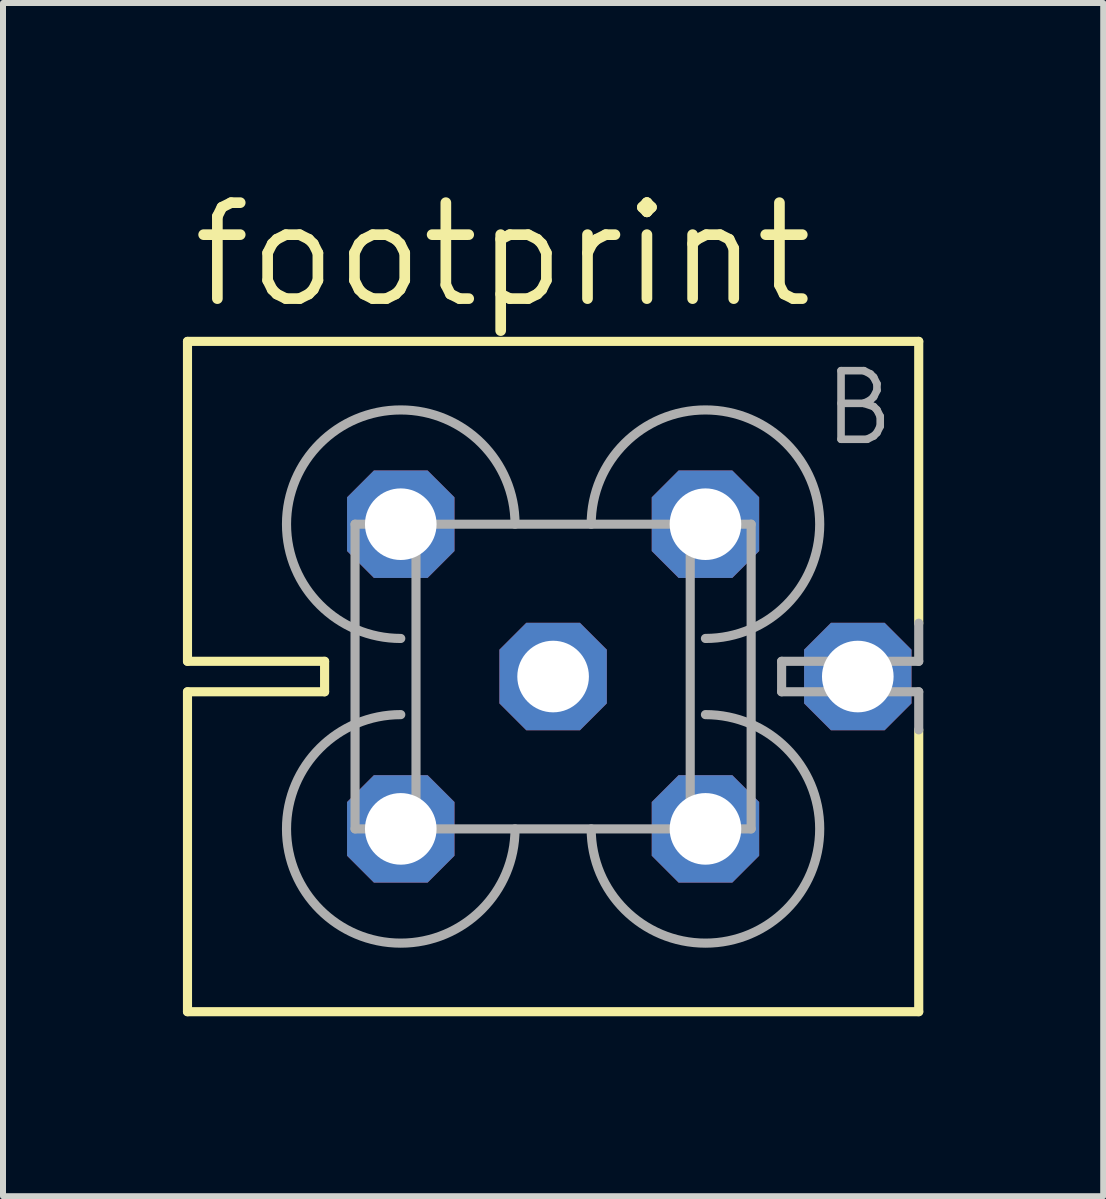
<source format=kicad_pcb>
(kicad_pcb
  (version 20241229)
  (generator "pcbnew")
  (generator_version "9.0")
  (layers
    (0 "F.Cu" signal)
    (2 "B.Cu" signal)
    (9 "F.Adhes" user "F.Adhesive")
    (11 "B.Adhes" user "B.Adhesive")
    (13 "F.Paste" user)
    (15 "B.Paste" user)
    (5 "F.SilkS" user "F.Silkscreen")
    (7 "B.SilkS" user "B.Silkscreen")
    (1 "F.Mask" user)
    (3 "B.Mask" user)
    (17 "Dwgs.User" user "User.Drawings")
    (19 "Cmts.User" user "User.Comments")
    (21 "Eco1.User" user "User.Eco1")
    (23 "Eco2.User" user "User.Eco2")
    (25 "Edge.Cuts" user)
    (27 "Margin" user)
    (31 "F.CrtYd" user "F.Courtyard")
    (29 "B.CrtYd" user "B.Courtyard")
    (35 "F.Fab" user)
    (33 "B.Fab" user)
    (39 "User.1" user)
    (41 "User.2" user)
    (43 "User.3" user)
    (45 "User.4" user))
  (footprint "footprint"
    (layer "F.Cu")
    (at 6.172 8.23)
    (property "Reference" "footprint" (at -6.096 -6.096 0) (layer "F.SilkS") (effects (font (size 1.6 1.6) (thickness 0.178)) (justify left bottom)))
    (fp_line (start -6.096 -5.588) (end -6.096 -0.254) (stroke (width 0.152) (type solid)) (layer "F.SilkS"))
    (fp_line (start -6.096 -5.588) (end 6.096 -5.588) (stroke (width 0.152) (type solid)) (layer "F.SilkS"))
    (fp_line (start -6.096 0.254) (end -6.096 5.588) (stroke (width 0.152) (type solid)) (layer "F.SilkS"))
    (fp_line (start -6.096 0.254) (end -3.81 0.254) (stroke (width 0.152) (type solid)) (layer "F.SilkS"))
    (fp_line (start -3.81 -0.254) (end -6.096 -0.254) (stroke (width 0.152) (type solid)) (layer "F.SilkS"))
    (fp_line (start -3.81 -0.254) (end -3.81 0.254) (stroke (width 0.152) (type solid)) (layer "F.SilkS"))
    (fp_line (start 6.096 -0.889) (end 6.096 -5.588) (stroke (width 0.152) (type solid)) (layer "F.SilkS"))
    (fp_line (start 6.096 5.588) (end -6.096 5.588) (stroke (width 0.152) (type solid)) (layer "F.SilkS"))
    (fp_line (start 6.096 5.588) (end 6.096 0.889) (stroke (width 0.152) (type solid)) (layer "F.SilkS"))
    (fp_line (start -3.302 -2.54) (end -3.302 2.54) (stroke (width 0.152) (type solid)) (layer "F.Fab"))
    (fp_line (start -3.302 -2.54) (end -2.286 -2.54) (stroke (width 0.152) (type solid)) (layer "F.Fab"))
    (fp_line (start -2.286 -2.54) (end 2.286 -2.54) (stroke (width 0.152) (type solid)) (layer "F.Fab"))
    (fp_line (start -2.286 2.54) (end -3.302 2.54) (stroke (width 0.152) (type solid)) (layer "F.Fab"))
    (fp_line (start -2.286 2.54) (end -2.286 -2.54) (stroke (width 0.152) (type solid)) (layer "F.Fab"))
    (fp_line (start 2.286 -2.54) (end 3.302 -2.54) (stroke (width 0.152) (type solid)) (layer "F.Fab"))
    (fp_line (start 2.286 2.54) (end -2.286 2.54) (stroke (width 0.152) (type solid)) (layer "F.Fab"))
    (fp_line (start 2.286 2.54) (end 2.286 -2.54) (stroke (width 0.152) (type solid)) (layer "F.Fab"))
    (fp_line (start 3.302 2.54) (end 2.286 2.54) (stroke (width 0.152) (type solid)) (layer "F.Fab"))
    (fp_line (start 3.302 2.54) (end 3.302 -2.54) (stroke (width 0.152) (type solid)) (layer "F.Fab"))
    (fp_line (start 3.81 0.254) (end 3.81 -0.254) (stroke (width 0.152) (type solid)) (layer "F.Fab"))
    (fp_line (start 3.81 0.254) (end 6.096 0.254) (stroke (width 0.152) (type solid)) (layer "F.Fab"))
    (fp_line (start 6.096 -0.889) (end 6.096 -0.254) (stroke (width 0.152) (type solid)) (layer "F.Fab"))
    (fp_line (start 6.096 -0.254) (end 3.81 -0.254) (stroke (width 0.152) (type solid)) (layer "F.Fab"))
    (fp_line (start 6.096 0.254) (end 6.096 0.889) (stroke (width 0.152) (type solid)) (layer "F.Fab"))
    (fp_arc (start -2.54 -0.635) (mid -3.887038 -3.887038) (end -0.635 -2.54) (stroke (width 0.1524) (type solid)) (layer "F.Fab"))
    (fp_arc (start -0.635 2.54) (mid -3.887038 3.887038) (end -2.54 0.635) (stroke (width 0.1524) (type solid)) (layer "F.Fab"))
    (fp_arc (start 0.635 -2.54) (mid 3.887038 -3.887038) (end 2.54 -0.635) (stroke (width 0.1524) (type solid)) (layer "F.Fab"))
    (fp_arc (start 2.54 0.635) (mid 3.887038 3.887038) (end 0.635 2.54) (stroke (width 0.1524) (type solid)) (layer "F.Fab"))
    (fp_poly (pts (xy -3.302 2.54) (xy -2.286 2.54) (xy -2.286 -2.54) (xy -3.302 -2.54)) (stroke (width 0.1) (type solid)) (fill no) (layer "F.Fab"))
    (fp_poly (pts (xy 2.286 2.54) (xy 3.302 2.54) (xy 3.302 -2.54) (xy 2.286 -2.54)) (stroke (width 0.1) (type solid)) (fill no) (layer "F.Fab"))
    (fp_text user "B" (at 4.445 -3.81 0) (layer "F.Fab") (effects (font (size 1.143 1.143) (thickness 0.127)) (justify left bottom)))
    (pad "B" thru_hole roundrect (at 2.54 -2.54) (size 1.791 1.791) (drill 1.194) (layers "*.Cu" "*.Mask") (roundrect_rratio 0.25) (chamfer_ratio 0.25) (chamfer top_left top_right bottom_left bottom_right))
    (pad "CB" thru_hole roundrect (at 2.54 2.54) (size 1.791 1.791) (drill 1.194) (layers "*.Cu" "*.Mask") (roundrect_rratio 0.25) (chamfer_ratio 0.25) (chamfer top_left top_right bottom_left bottom_right))
    (pad "CG" thru_hole roundrect (at -2.54 2.54) (size 1.791 1.791) (drill 1.194) (layers "*.Cu" "*.Mask") (roundrect_rratio 0.25) (chamfer_ratio 0.25) (chamfer top_left top_right bottom_left bottom_right))
    (pad "CG1" thru_hole roundrect (at 0 0) (size 1.791 1.791) (drill 1.194) (layers "*.Cu" "*.Mask") (roundrect_rratio 0.25) (chamfer_ratio 0.25) (chamfer top_left top_right bottom_left bottom_right))
    (pad "CG2" thru_hole roundrect (at 5.08 0) (size 1.791 1.791) (drill 1.194) (layers "*.Cu" "*.Mask") (roundrect_rratio 0.25) (chamfer_ratio 0.25) (chamfer top_left top_right bottom_left bottom_right))
    (pad "PSG" thru_hole roundrect (at -2.54 -2.54) (size 1.791 1.791) (drill 1.194) (layers "*.Cu" "*.Mask") (roundrect_rratio 0.25) (chamfer_ratio 0.25) (chamfer top_left top_right bottom_left bottom_right)))
  (gr_rect
    (start -3 -3)
    (end 15.344 16.894)
    (stroke (width 0.1) (type default))
    (fill no)
    (layer "Edge.Cuts")))
</source>
